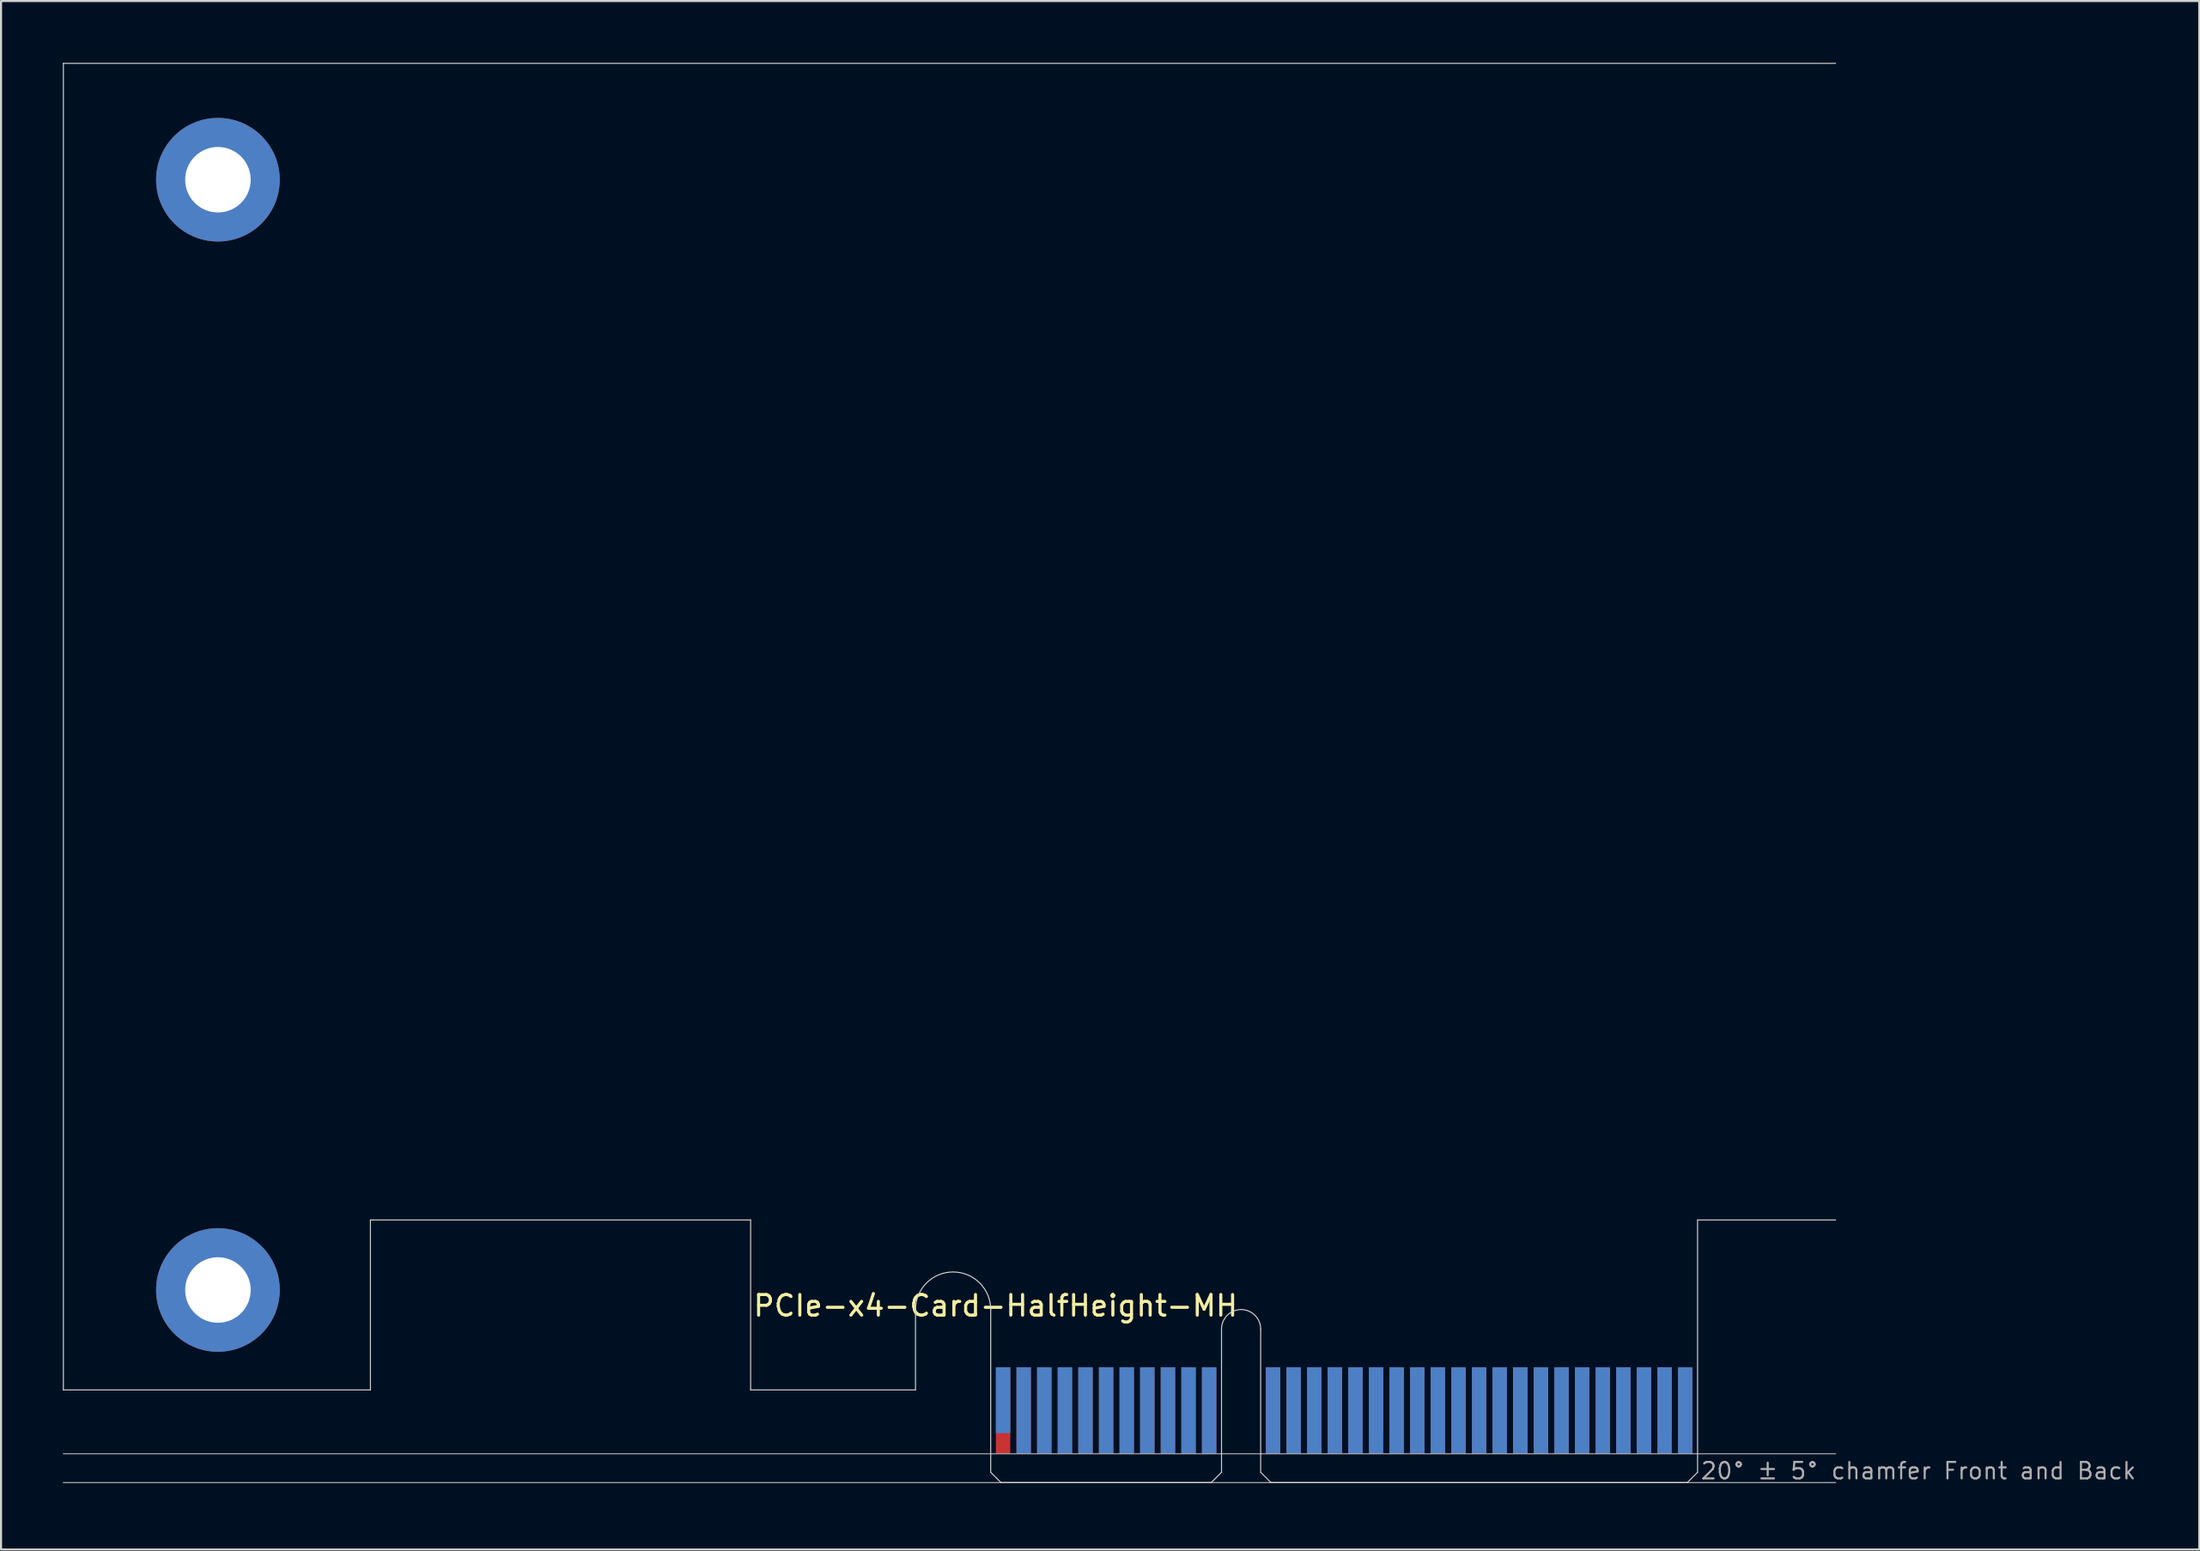
<source format=kicad_pcb>
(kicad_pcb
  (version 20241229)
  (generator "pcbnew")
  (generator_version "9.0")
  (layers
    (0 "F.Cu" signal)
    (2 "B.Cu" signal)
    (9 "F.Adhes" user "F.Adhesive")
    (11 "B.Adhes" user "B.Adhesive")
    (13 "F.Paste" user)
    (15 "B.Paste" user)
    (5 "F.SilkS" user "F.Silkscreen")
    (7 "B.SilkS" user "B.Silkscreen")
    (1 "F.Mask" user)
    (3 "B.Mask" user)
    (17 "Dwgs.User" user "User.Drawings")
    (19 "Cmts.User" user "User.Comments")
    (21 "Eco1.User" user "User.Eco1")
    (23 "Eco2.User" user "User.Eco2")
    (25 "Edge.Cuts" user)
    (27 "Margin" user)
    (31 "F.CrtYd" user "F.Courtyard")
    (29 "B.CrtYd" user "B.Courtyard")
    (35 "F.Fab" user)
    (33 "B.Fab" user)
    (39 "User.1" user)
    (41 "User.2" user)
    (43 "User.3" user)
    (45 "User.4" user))
  (footprint "PCIe-x4-Card-HalfHeight-MH"
    (layer "F.Cu")
    (at 45.025 68.925)
    (property "Reference" "PCIe-x4-Card-HalfHeight-MH" (at -11.6 -8 0) (layer "F.SilkS") (effects (font (size 1 1) (thickness 0.15)) (justify left bottom)))
    (attr exclude_from_pos_files exclude_from_bom)
    (fp_poly (pts (xy -3.65 -4.5) (xy -11.65 -4.5) (xy -11.65 -7.95) (xy -3.65 -7.95)) (stroke (width 0.1) (type solid)) (fill yes) (layer "F.Mask"))
    (fp_poly (pts (xy 11.2 -5.45) (xy 0 -5.45) (xy 0 0) (xy 11.2 0)) (stroke (width 0.1) (type solid)) (fill yes) (layer "F.Mask"))
    (fp_poly (pts (xy 34.3 -5.45) (xy 13.1 -5.45) (xy 13.1 0) (xy 34.3 0)) (stroke (width 0.1) (type solid)) (fill yes) (layer "F.Mask"))
    (fp_poly (pts (xy -3.65 -7.95) (xy -11.65 -7.95) (xy -11.65 -4.5) (xy -3.65 -4.5)) (stroke (width 0.1) (type solid)) (fill yes) (layer "B.Mask"))
    (fp_poly (pts (xy 11.2 0) (xy 0 0) (xy 0 -5.45) (xy 11.2 -5.45)) (stroke (width 0.1) (type solid)) (fill yes) (layer "B.Mask"))
    (fp_poly (pts (xy 34.3 -5.5) (xy 13.1 -5.45) (xy 13.1 0) (xy 34.3 0)) (stroke (width 0.1) (type solid)) (fill yes) (layer "B.Mask"))
    (fp_line (start -45 -68.9) (end 41 -68.9) (stroke (width 0.05) (type solid)) (layer "Edge.Cuts"))
    (fp_line (start -45 -4.5) (end -45 -68.9) (stroke (width 0.05) (type solid)) (layer "Edge.Cuts"))
    (fp_line (start -30.1 -12.75) (end -30.1 -4.5) (stroke (width 0.05) (type solid)) (layer "Edge.Cuts"))
    (fp_line (start -30.1 -4.5) (end -45 -4.5) (stroke (width 0.05) (type solid)) (layer "Edge.Cuts"))
    (fp_line (start -11.65 -12.75) (end -30.1 -12.75) (stroke (width 0.05) (type solid)) (layer "Edge.Cuts"))
    (fp_line (start -11.65 -4.5) (end -11.65 -12.75) (stroke (width 0.05) (type solid)) (layer "Edge.Cuts"))
    (fp_line (start -3.65 -4.5) (end -11.65 -4.5) (stroke (width 0.05) (type solid)) (layer "Edge.Cuts"))
    (fp_line (start -3.65 -4.5) (end -3.65 -8.4) (stroke (width 0.05) (type solid)) (layer "Edge.Cuts"))
    (fp_line (start 0 -0.5) (end 0 -8.4) (stroke (width 0.05) (type solid)) (layer "Edge.Cuts"))
    (fp_line (start 0.5 0) (end 0 -0.5) (stroke (width 0.05) (type solid)) (layer "Edge.Cuts"))
    (fp_line (start 0.5 0) (end 10.7 0) (stroke (width 0.05) (type solid)) (layer "Edge.Cuts"))
    (fp_line (start 10.7 0) (end 11.2 -0.5) (stroke (width 0.05) (type solid)) (layer "Edge.Cuts"))
    (fp_line (start 11.2 -0.5) (end 11.2 -7.45) (stroke (width 0.05) (type solid)) (layer "Edge.Cuts"))
    (fp_line (start 13.1 -0.5) (end 13.1 -7.45) (stroke (width 0.05) (type solid)) (layer "Edge.Cuts"))
    (fp_line (start 13.6 0) (end 13.1 -0.5) (stroke (width 0.05) (type solid)) (layer "Edge.Cuts"))
    (fp_line (start 33.8 0) (end 13.6 0) (stroke (width 0.05) (type solid)) (layer "Edge.Cuts"))
    (fp_line (start 33.8 0) (end 34.3 -0.5) (stroke (width 0.05) (type solid)) (layer "Edge.Cuts"))
    (fp_line (start 34.3 -12.75) (end 41 -12.75) (stroke (width 0.05) (type solid)) (layer "Edge.Cuts"))
    (fp_line (start 34.3 -0.5) (end 34.3 -12.75) (stroke (width 0.05) (type solid)) (layer "Edge.Cuts"))
    (fp_arc (start -3.65 -8.4) (mid -1.825 -10.225) (end 0 -8.4) (stroke (width 0.05) (type solid)) (layer "Edge.Cuts"))
    (fp_arc (start 11.2 -7.45) (mid 12.15 -8.4) (end 13.1 -7.45) (stroke (width 0.05) (type solid)) (layer "Edge.Cuts"))
    (fp_line (start 41 -1.4) (end -45 -1.4) (stroke (width 0.05) (type solid)) (layer "F.Fab"))
    (fp_line (start 41 0) (end -45 0) (stroke (width 0.05) (type solid)) (layer "F.Fab"))
    (fp_text user "20° ± 5° chamfer Front and Back" (at 34.4 -0.1 0) (layer "F.Fab") (effects (font (size 0.8 0.8) (thickness 0.1)) (justify left bottom)))
    (pad "A1" smd rect (at 0.6 -4) (size 0.7 3.2) (layers "B.Cu"))
    (pad "A2" smd rect (at 1.6 -3.5) (size 0.7 4.2) (layers "B.Cu"))
    (pad "A3" smd rect (at 2.6 -3.5) (size 0.7 4.2) (layers "B.Cu"))
    (pad "A4" smd rect (at 3.6 -3.5) (size 0.7 4.2) (layers "B.Cu"))
    (pad "A5" smd rect (at 4.6 -3.5) (size 0.7 4.2) (layers "B.Cu"))
    (pad "A6" smd rect (at 5.6 -3.5) (size 0.7 4.2) (layers "B.Cu"))
    (pad "A7" smd rect (at 6.6 -3.5) (size 0.7 4.2) (layers "B.Cu"))
    (pad "A8" smd rect (at 7.6 -3.5) (size 0.7 4.2) (layers "B.Cu"))
    (pad "A9" smd rect (at 8.6 -3.5) (size 0.7 4.2) (layers "B.Cu"))
    (pad "A10" smd rect (at 9.6 -3.5) (size 0.7 4.2) (layers "B.Cu"))
    (pad "A11" smd rect (at 10.6 -3.5) (size 0.7 4.2) (layers "B.Cu"))
    (pad "A12" smd rect (at 13.7 -3.5) (size 0.7 4.2) (layers "B.Cu"))
    (pad "A13" smd rect (at 14.7 -3.5) (size 0.7 4.2) (layers "B.Cu"))
    (pad "A14" smd rect (at 15.7 -3.5) (size 0.7 4.2) (layers "B.Cu"))
    (pad "A15" smd rect (at 16.7 -3.5) (size 0.7 4.2) (layers "B.Cu"))
    (pad "A16" smd rect (at 17.7 -3.5) (size 0.7 4.2) (layers "B.Cu"))
    (pad "A17" smd rect (at 18.7 -3.5) (size 0.7 4.2) (layers "B.Cu"))
    (pad "A18" smd rect (at 19.7 -3.5) (size 0.7 4.2) (layers "B.Cu"))
    (pad "A19" smd rect (at 20.7 -3.5) (size 0.7 4.2) (layers "B.Cu"))
    (pad "A20" smd rect (at 21.7 -3.5) (size 0.7 4.2) (layers "B.Cu"))
    (pad "A21" smd rect (at 22.7 -3.5) (size 0.7 4.2) (layers "B.Cu"))
    (pad "A22" smd rect (at 23.7 -3.5) (size 0.7 4.2) (layers "B.Cu"))
    (pad "A23" smd rect (at 24.7 -3.5) (size 0.7 4.2) (layers "B.Cu"))
    (pad "A24" smd rect (at 25.7 -3.5) (size 0.7 4.2) (layers "B.Cu"))
    (pad "A25" smd rect (at 26.7 -3.5) (size 0.7 4.2) (layers "B.Cu"))
    (pad "A26" smd rect (at 27.7 -3.5) (size 0.7 4.2) (layers "B.Cu"))
    (pad "A27" smd rect (at 28.7 -3.5) (size 0.7 4.2) (layers "B.Cu"))
    (pad "A28" smd rect (at 29.7 -3.5) (size 0.7 4.2) (layers "B.Cu"))
    (pad "A29" smd rect (at 30.7 -3.5) (size 0.7 4.2) (layers "B.Cu"))
    (pad "A30" smd rect (at 31.7 -3.5) (size 0.7 4.2) (layers "B.Cu"))
    (pad "A31" smd rect (at 32.7 -3.5) (size 0.7 4.2) (layers "B.Cu"))
    (pad "A32" smd rect (at 33.7 -3.5) (size 0.7 4.2) (layers "B.Cu"))
    (pad "B1" smd rect (at 0.6 -3.5) (size 0.7 4.2) (layers "F.Cu"))
    (pad "B2" smd rect (at 1.6 -3.5) (size 0.7 4.2) (layers "F.Cu"))
    (pad "B3" smd rect (at 2.6 -3.5) (size 0.7 4.2) (layers "F.Cu"))
    (pad "B4" smd rect (at 3.6 -3.5) (size 0.7 4.2) (layers "F.Cu"))
    (pad "B5" smd rect (at 4.6 -3.5) (size 0.7 4.2) (layers "F.Cu"))
    (pad "B6" smd rect (at 5.6 -3.5) (size 0.7 4.2) (layers "F.Cu"))
    (pad "B7" smd rect (at 6.6 -3.5) (size 0.7 4.2) (layers "F.Cu"))
    (pad "B8" smd rect (at 7.6 -3.5) (size 0.7 4.2) (layers "F.Cu"))
    (pad "B9" smd rect (at 8.6 -3.5) (size 0.7 4.2) (layers "F.Cu"))
    (pad "B10" smd rect (at 9.6 -3.5) (size 0.7 4.2) (layers "F.Cu"))
    (pad "B11" smd rect (at 10.6 -3.5) (size 0.7 4.2) (layers "F.Cu"))
    (pad "B12" smd rect (at 13.7 -3.5) (size 0.7 4.2) (layers "F.Cu"))
    (pad "B13" smd rect (at 14.7 -3.5) (size 0.7 4.2) (layers "F.Cu"))
    (pad "B14" smd rect (at 15.7 -3.5) (size 0.7 4.2) (layers "F.Cu"))
    (pad "B15" smd rect (at 16.7 -3.5) (size 0.7 4.2) (layers "F.Cu"))
    (pad "B16" smd rect (at 17.7 -3.5) (size 0.7 4.2) (layers "F.Cu"))
    (pad "B17" smd rect (at 18.7 -4) (size 0.7 3.2) (layers "F.Cu"))
    (pad "B18" smd rect (at 19.7 -3.5) (size 0.7 4.2) (layers "F.Cu"))
    (pad "B19" smd rect (at 20.7 -3.5) (size 0.7 4.2) (layers "F.Cu"))
    (pad "B20" smd rect (at 21.7 -3.5) (size 0.7 4.2) (layers "F.Cu"))
    (pad "B21" smd rect (at 22.7 -3.5) (size 0.7 4.2) (layers "F.Cu"))
    (pad "B22" smd rect (at 23.7 -3.5) (size 0.7 4.2) (layers "F.Cu"))
    (pad "B23" smd rect (at 24.7 -3.5) (size 0.7 4.2) (layers "F.Cu"))
    (pad "B24" smd rect (at 25.7 -3.5) (size 0.7 4.2) (layers "F.Cu"))
    (pad "B25" smd rect (at 26.7 -3.5) (size 0.7 4.2) (layers "F.Cu"))
    (pad "B26" smd rect (at 27.7 -3.5) (size 0.7 4.2) (layers "F.Cu"))
    (pad "B27" smd rect (at 28.7 -3.5) (size 0.7 4.2) (layers "F.Cu"))
    (pad "B28" smd rect (at 29.7 -3.5) (size 0.7 4.2) (layers "F.Cu"))
    (pad "B29" smd rect (at 30.7 -3.5) (size 0.7 4.2) (layers "F.Cu"))
    (pad "B30" smd rect (at 31.7 -3.5) (size 0.7 4.2) (layers "F.Cu"))
    (pad "B31" smd rect (at 32.7 -4) (size 0.7 3.2) (layers "F.Cu"))
    (pad "B32" smd rect (at 33.7 -3.5) (size 0.7 4.2) (layers "F.Cu"))
    (pad "GND" thru_hole circle (at -37.5 -63.25) (size 6 6) (drill 3.18) (layers "*.Cu" "*.Mask"))
    (pad "GND" thru_hole circle (at -37.5 -9.35) (size 6 6) (drill 3.18) (layers "*.Cu" "*.Mask")))
  (gr_rect
    (start -3 -3)
    (end 103.67 72.175)
    (stroke (width 0.1) (type default))
    (fill no)
    (layer "Edge.Cuts")))
</source>
